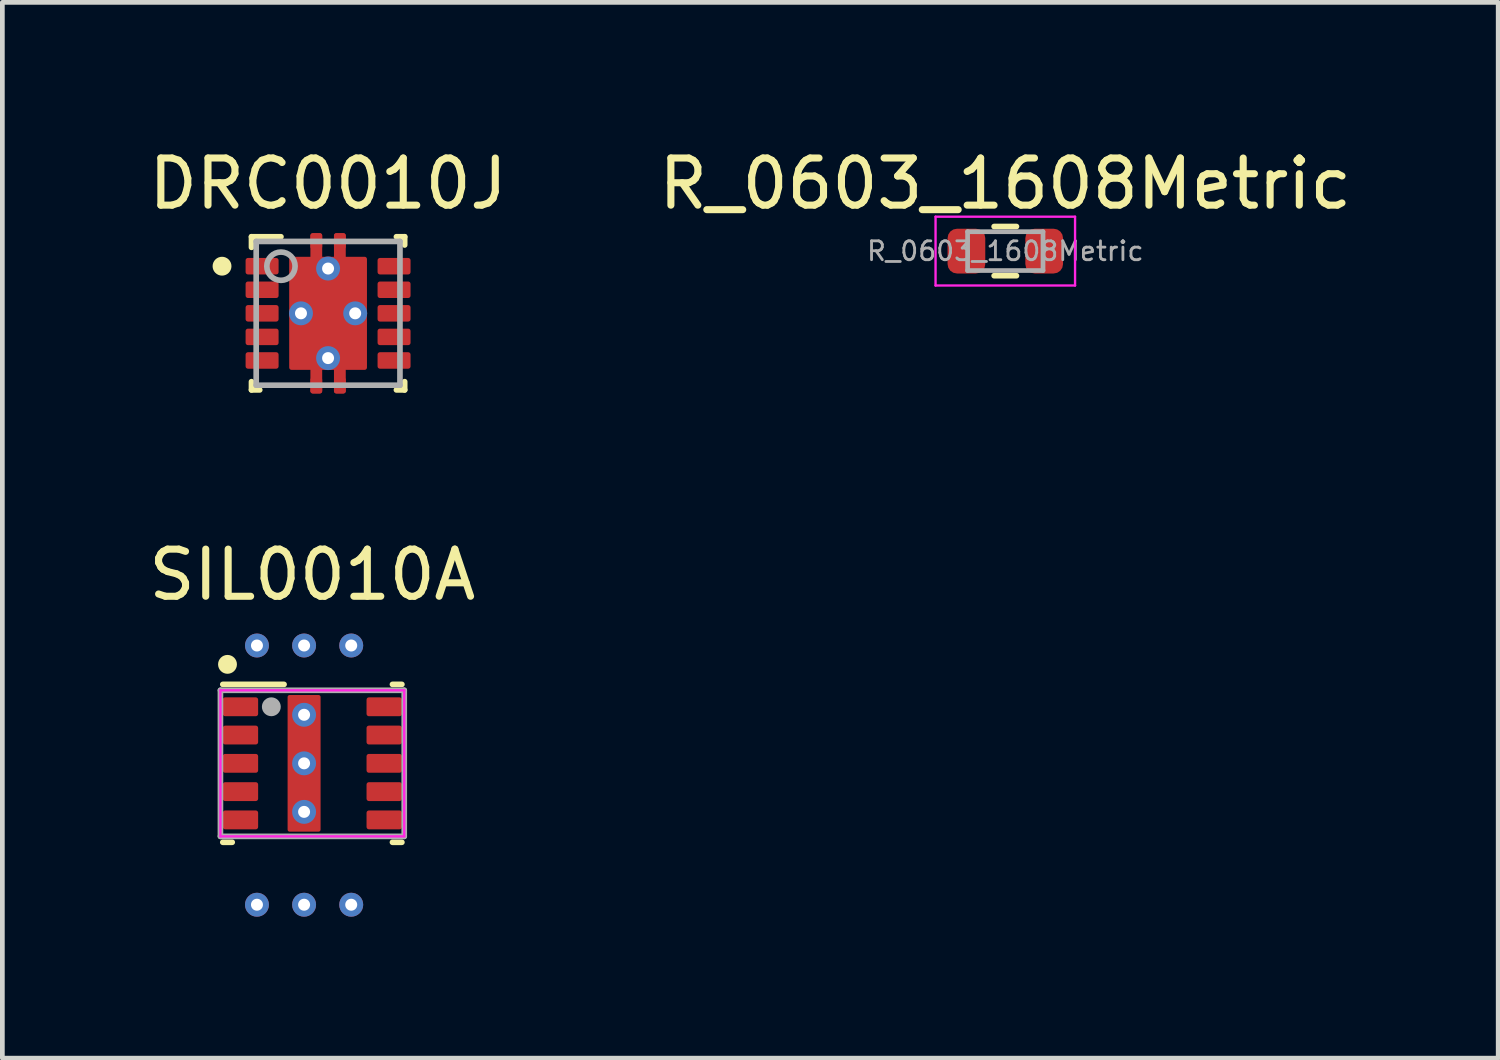
<source format=kicad_pcb>
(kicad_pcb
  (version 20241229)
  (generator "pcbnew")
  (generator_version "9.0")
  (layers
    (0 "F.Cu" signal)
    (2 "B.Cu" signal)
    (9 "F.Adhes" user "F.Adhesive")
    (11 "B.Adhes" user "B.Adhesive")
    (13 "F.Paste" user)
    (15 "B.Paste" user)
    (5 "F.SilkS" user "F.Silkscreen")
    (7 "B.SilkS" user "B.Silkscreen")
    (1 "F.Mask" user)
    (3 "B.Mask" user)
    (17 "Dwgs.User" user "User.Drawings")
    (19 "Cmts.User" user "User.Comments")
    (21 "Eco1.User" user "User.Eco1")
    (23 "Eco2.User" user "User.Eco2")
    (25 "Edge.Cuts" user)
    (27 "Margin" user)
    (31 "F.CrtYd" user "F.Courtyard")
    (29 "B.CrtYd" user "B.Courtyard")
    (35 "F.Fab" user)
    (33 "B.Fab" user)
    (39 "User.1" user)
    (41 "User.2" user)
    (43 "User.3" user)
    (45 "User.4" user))
  (footprint "DRC0010J"
    (layer "F.Cu")
    (at 3.911 3.598)
    (property "Reference" "DRC0010J" (at 0 -2.75 0) (layer "F.SilkS") (effects (font (size 1 1) (thickness 0.15))))
    (attr smd)
    (fp_line (start -1.625 -1.625) (end -1 -1.625) (stroke (width 0.12) (type solid)) (layer "F.SilkS"))
    (fp_line (start -1.625 -1.4) (end -1.625 -1.625) (stroke (width 0.12) (type solid)) (layer "F.SilkS"))
    (fp_line (start -1.625 1.625) (end -1.625 1.45) (stroke (width 0.12) (type solid)) (layer "F.SilkS"))
    (fp_line (start -1.625 1.625) (end -1.45 1.625) (stroke (width 0.12) (type solid)) (layer "F.SilkS"))
    (fp_line (start 1.45 -1.625) (end 1.625 -1.625) (stroke (width 0.12) (type solid)) (layer "F.SilkS"))
    (fp_line (start 1.45 1.625) (end 1.625 1.625) (stroke (width 0.12) (type solid)) (layer "F.SilkS"))
    (fp_line (start 1.625 -1.45) (end 1.625 -1.625) (stroke (width 0.12) (type solid)) (layer "F.SilkS"))
    (fp_line (start 1.625 1.625) (end 1.625 1.45) (stroke (width 0.12) (type solid)) (layer "F.SilkS"))
    (fp_circle (center -2.25 -1) (end -2.15 -1) (stroke (width 0.2) (type solid)) (fill no) (layer "F.SilkS"))
    (fp_line (start -1.525 -1.525) (end 1.525 -1.525) (stroke (width 0.12) (type solid)) (layer "F.Fab"))
    (fp_line (start -1.525 1.525) (end -1.525 -1.525) (stroke (width 0.12) (type solid)) (layer "F.Fab"))
    (fp_line (start -1.525 1.525) (end 1.525 1.525) (stroke (width 0.12) (type solid)) (layer "F.Fab"))
    (fp_line (start 1.525 1.525) (end 1.525 -1.525) (stroke (width 0.12) (type solid)) (layer "F.Fab"))
    (fp_circle (center -1 -1) (end -0.7 -1) (stroke (width 0.12) (type solid)) (fill no) (layer "F.Fab"))
    (pad "1" smd roundrect (at -1.4 -1) (size 0.7 0.35) (layers "F.Cu" "F.Mask" "F.Paste") (roundrect_rratio 0.143))
    (pad "2" smd roundrect (at -1.4 -0.5) (size 0.7 0.35) (layers "F.Cu" "F.Mask" "F.Paste") (roundrect_rratio 0.143))
    (pad "3" smd roundrect (at -1.4 0) (size 0.7 0.35) (layers "F.Cu" "F.Mask" "F.Paste") (roundrect_rratio 0.143))
    (pad "4" smd roundrect (at -1.4 0.5) (size 0.7 0.35) (layers "F.Cu" "F.Mask" "F.Paste") (roundrect_rratio 0.143))
    (pad "5" smd roundrect (at -1.4 1) (size 0.7 0.35) (layers "F.Cu" "F.Mask" "F.Paste") (roundrect_rratio 0.143))
    (pad "6" smd roundrect (at 1.4 1) (size 0.7 0.35) (layers "F.Cu" "F.Mask" "F.Paste") (roundrect_rratio 0.143))
    (pad "7" smd roundrect (at 1.4 0.5) (size 0.7 0.35) (layers "F.Cu" "F.Mask" "F.Paste") (roundrect_rratio 0.143))
    (pad "8" smd roundrect (at 1.4 0) (size 0.7 0.35) (layers "F.Cu" "F.Mask" "F.Paste") (roundrect_rratio 0.143))
    (pad "9" smd roundrect (at 1.4 -0.5) (size 0.7 0.35) (layers "F.Cu" "F.Mask" "F.Paste") (roundrect_rratio 0.143))
    (pad "10" smd roundrect (at 1.4 -1) (size 0.7 0.35) (layers "F.Cu" "F.Mask" "F.Paste") (roundrect_rratio 0.143))
    (pad "11" thru_hole circle (at -0.575 0) (size 0.508 0.508) (drill 0.254) (layers "*.Cu"))
    (pad "11" smd roundrect (at -0.25 -1.53) (size 0.25 0.34) (layers "F.Cu" "F.Paste") (roundrect_rratio 0.2))
    (pad "11" smd roundrect (at -0.25 -1.425) (size 0.25 0.55) (layers "F.Cu" "F.Mask") (roundrect_rratio 0.2))
    (pad "11" smd roundrect (at -0.25 1.425) (size 0.25 0.55) (layers "F.Cu" "F.Mask") (roundrect_rratio 0.2))
    (pad "11" smd roundrect (at -0.25 1.53) (size 0.25 0.34) (layers "F.Cu" "F.Paste") (roundrect_rratio 0.2))
    (pad "11" thru_hole circle (at 0 -0.95) (size 0.508 0.508) (drill 0.254) (layers "*.Cu"))
    (pad "11" smd roundrect (at 0 -0.65) (size 1.5 1.01) (layers "F.Cu" "F.Paste") (roundrect_rratio 0.05))
    (pad "11" smd roundrect (at 0 0) (size 1.65 2.4) (layers "F.Cu" "F.Mask") (roundrect_rratio 0.03))
    (pad "11" smd roundrect (at 0 0.65) (size 1.5 1.01) (layers "F.Cu" "F.Paste") (roundrect_rratio 0.05))
    (pad "11" thru_hole circle (at 0 0.95) (size 0.508 0.508) (drill 0.254) (layers "*.Cu"))
    (pad "11" smd roundrect (at 0.25 -1.53) (size 0.25 0.34) (layers "F.Cu" "F.Paste") (roundrect_rratio 0.2))
    (pad "11" smd roundrect (at 0.25 -1.425) (size 0.25 0.55) (layers "F.Cu" "F.Mask") (roundrect_rratio 0.2))
    (pad "11" smd roundrect (at 0.25 1.425) (size 0.25 0.55) (layers "F.Cu" "F.Mask") (roundrect_rratio 0.2))
    (pad "11" smd roundrect (at 0.25 1.53) (size 0.25 0.34) (layers "F.Cu" "F.Paste") (roundrect_rratio 0.2))
    (pad "11" thru_hole circle (at 0.575 0) (size 0.508 0.508) (drill 0.254) (layers "*.Cu")))
  (footprint "R_0603_1608Metric"
    (layer "F.Cu")
    (at 18.28 2.278)
    (property "Reference" "R_0603_1608Metric" (at 0 -1.43 0) (layer "F.SilkS") (effects (font (size 1 1) (thickness 0.15))))
    (attr smd)
    (fp_line (start -0.237 -0.522) (end 0.237 -0.522) (stroke (width 0.12) (type solid)) (layer "F.SilkS"))
    (fp_line (start -0.237 0.522) (end 0.237 0.522) (stroke (width 0.12) (type solid)) (layer "F.SilkS"))
    (fp_line (start -1.48 -0.73) (end 1.48 -0.73) (stroke (width 0.05) (type solid)) (layer "F.CrtYd"))
    (fp_line (start -1.48 0.73) (end -1.48 -0.73) (stroke (width 0.05) (type solid)) (layer "F.CrtYd"))
    (fp_line (start 1.48 -0.73) (end 1.48 0.73) (stroke (width 0.05) (type solid)) (layer "F.CrtYd"))
    (fp_line (start 1.48 0.73) (end -1.48 0.73) (stroke (width 0.05) (type solid)) (layer "F.CrtYd"))
    (fp_line (start -0.8 -0.412) (end 0.8 -0.412) (stroke (width 0.1) (type solid)) (layer "F.Fab"))
    (fp_line (start -0.8 0.412) (end -0.8 -0.412) (stroke (width 0.1) (type solid)) (layer "F.Fab"))
    (fp_line (start 0.8 -0.412) (end 0.8 0.412) (stroke (width 0.1) (type solid)) (layer "F.Fab"))
    (fp_line (start 0.8 0.412) (end -0.8 0.412) (stroke (width 0.1) (type solid)) (layer "F.Fab"))
    (fp_text user "${REFERENCE}" (at 0 0 0) (layer "F.Fab") (effects (font (size 0.4 0.4) (thickness 0.06))))
    (pad "1" smd roundrect (at -0.825 0) (size 0.8 0.95) (layers "F.Cu" "F.Mask" "F.Paste") (roundrect_rratio 0.25))
    (pad "2" smd roundrect (at 0.825 0) (size 0.8 0.95) (layers "F.Cu" "F.Mask" "F.Paste") (roundrect_rratio 0.25)))
  (footprint "SIL0010A"
    (layer "F.Cu")
    (at 3.577 13.146)
    (property "Reference" "SIL0010A" (at 0 -4 0) (layer "F.SilkS") (effects (font (size 1 1) (thickness 0.15))))
    (attr smd)
    (fp_line (start -1.9 -1.675) (end -0.6 -1.675) (stroke (width 0.12) (type solid)) (layer "F.SilkS"))
    (fp_line (start -1.9 1.675) (end -1.7 1.675) (stroke (width 0.12) (type solid)) (layer "F.SilkS"))
    (fp_line (start 1.7 -1.675) (end 1.9 -1.675) (stroke (width 0.12) (type solid)) (layer "F.SilkS"))
    (fp_line (start 1.7 1.675) (end 1.9 1.675) (stroke (width 0.12) (type solid)) (layer "F.SilkS"))
    (fp_circle (center -1.8 -2.1) (end -1.7 -2.1) (stroke (width 0.2) (type solid)) (fill no) (layer "F.SilkS"))
    (fp_line (start -1.95 -1.55) (end 1.95 -1.55) (stroke (width 0.05) (type solid)) (layer "F.CrtYd"))
    (fp_line (start -1.95 1.55) (end -1.95 -1.55) (stroke (width 0.05) (type solid)) (layer "F.CrtYd"))
    (fp_line (start 1.95 -1.55) (end 1.95 1.55) (stroke (width 0.05) (type solid)) (layer "F.CrtYd"))
    (fp_line (start 1.95 1.55) (end -1.95 1.55) (stroke (width 0.05) (type solid)) (layer "F.CrtYd"))
    (fp_line (start -1.95 -1.55) (end 1.95 -1.55) (stroke (width 0.12) (type solid)) (layer "F.Fab"))
    (fp_line (start -1.95 1.55) (end -1.95 -1.55) (stroke (width 0.12) (type solid)) (layer "F.Fab"))
    (fp_line (start -1.95 1.55) (end 1.95 1.55) (stroke (width 0.12) (type solid)) (layer "F.Fab"))
    (fp_line (start 1.95 1.55) (end 1.95 -1.55) (stroke (width 0.12) (type solid)) (layer "F.Fab"))
    (fp_circle (center -0.87 -1.2) (end -0.77 -1.2) (stroke (width 0.2) (type solid)) (fill no) (layer "F.Fab"))
    (pad "" smd roundrect (at -0.175 -1.03) (size 0.7 0.833) (layers "F.Paste") (roundrect_rratio 0.062))
    (pad "" smd roundrect (at -0.175 0) (size 0.7 0.833) (layers "F.Paste") (roundrect_rratio 0.062))
    (pad "" smd roundrect (at -0.175 1.03) (size 0.7 0.833) (layers "F.Paste") (roundrect_rratio 0.062))
    (pad "1" smd roundrect (at -1.525 -1.2) (size 0.75 0.4) (layers "F.Cu" "F.Mask" "F.Paste") (roundrect_rratio 0.125))
    (pad "2" smd roundrect (at -1.525 -0.6) (size 0.75 0.4) (layers "F.Cu" "F.Mask" "F.Paste") (roundrect_rratio 0.125))
    (pad "3" smd roundrect (at -1.525 0) (size 0.75 0.4) (layers "F.Cu" "F.Mask" "F.Paste") (roundrect_rratio 0.125))
    (pad "4" smd roundrect (at -1.525 0.6) (size 0.75 0.4) (layers "F.Cu" "F.Mask" "F.Paste") (roundrect_rratio 0.125))
    (pad "5" smd roundrect (at -1.525 1.2) (size 0.75 0.4) (layers "F.Cu" "F.Mask" "F.Paste") (roundrect_rratio 0.125))
    (pad "6" smd roundrect (at 1.525 1.2) (size 0.75 0.4) (layers "F.Cu" "F.Mask" "F.Paste") (roundrect_rratio 0.125))
    (pad "7" smd roundrect (at 1.525 0.6) (size 0.75 0.4) (layers "F.Cu" "F.Mask" "F.Paste") (roundrect_rratio 0.125))
    (pad "8" smd roundrect (at 1.525 0) (size 0.75 0.4) (layers "F.Cu" "F.Mask" "F.Paste") (roundrect_rratio 0.125))
    (pad "9" smd roundrect (at 1.525 -0.6) (size 0.75 0.4) (layers "F.Cu" "F.Mask" "F.Paste") (roundrect_rratio 0.125))
    (pad "10" smd roundrect (at 1.525 -1.2) (size 0.75 0.4) (layers "F.Cu" "F.Mask" "F.Paste") (roundrect_rratio 0.125))
    (pad "11" thru_hole circle (at -1.175 -2.5) (size 0.508 0.508) (drill 0.254) (layers "*.Cu"))
    (pad "11" thru_hole circle (at -1.175 3) (size 0.508 0.508) (drill 0.254) (layers "*.Cu"))
    (pad "11" thru_hole circle (at -0.175 -2.5) (size 0.508 0.508) (drill 0.254) (layers "*.Cu"))
    (pad "11" thru_hole circle (at -0.175 -1.03) (size 0.508 0.508) (drill 0.254) (layers "*.Cu"))
    (pad "11" thru_hole circle (at -0.175 0) (size 0.508 0.508) (drill 0.254) (layers "*.Cu"))
    (pad "11" smd roundrect (at -0.175 0) (size 0.7 2.9) (layers "F.Cu" "F.Mask") (roundrect_rratio 0.062))
    (pad "11" thru_hole circle (at -0.175 1.03) (size 0.508 0.508) (drill 0.254) (layers "*.Cu"))
    (pad "11" thru_hole circle (at -0.175 3) (size 0.508 0.508) (drill 0.254) (layers "*.Cu"))
    (pad "11" thru_hole circle (at 0.825 -2.5) (size 0.508 0.508) (drill 0.254) (layers "*.Cu"))
    (pad "11" thru_hole circle (at 0.825 3) (size 0.508 0.508) (drill 0.254) (layers "*.Cu")))
  (gr_rect
    (start -3 -3)
    (end 28.738 19.401)
    (stroke (width 0.1) (type default))
    (fill no)
    (layer "Edge.Cuts")))
</source>
